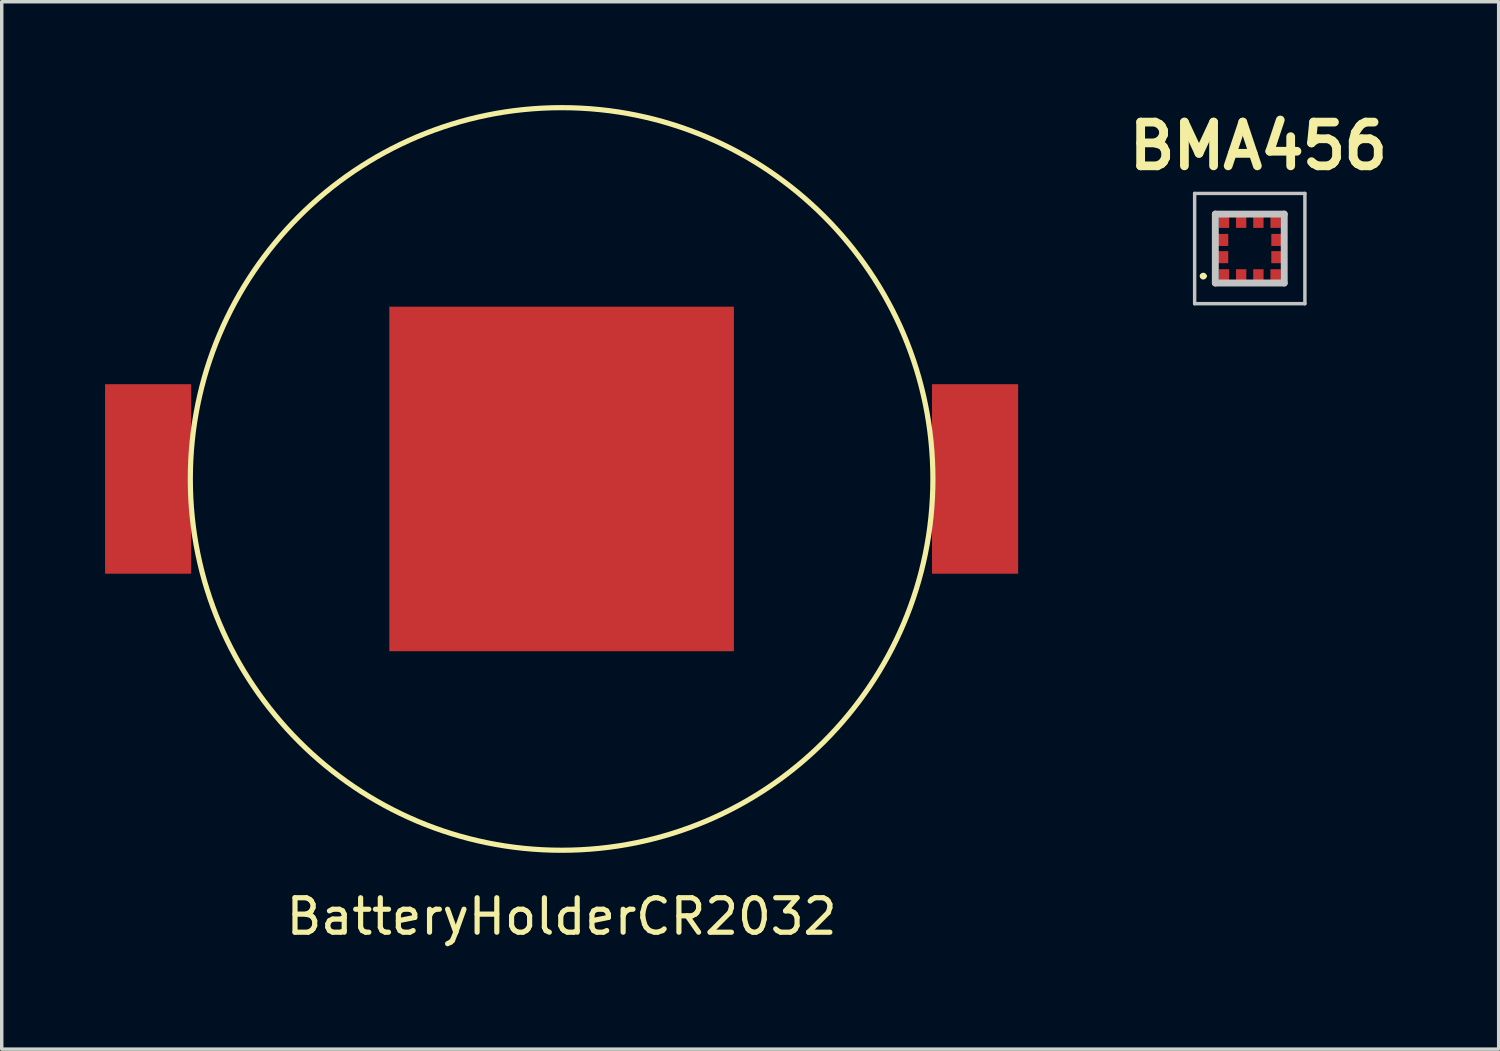
<source format=kicad_pcb>
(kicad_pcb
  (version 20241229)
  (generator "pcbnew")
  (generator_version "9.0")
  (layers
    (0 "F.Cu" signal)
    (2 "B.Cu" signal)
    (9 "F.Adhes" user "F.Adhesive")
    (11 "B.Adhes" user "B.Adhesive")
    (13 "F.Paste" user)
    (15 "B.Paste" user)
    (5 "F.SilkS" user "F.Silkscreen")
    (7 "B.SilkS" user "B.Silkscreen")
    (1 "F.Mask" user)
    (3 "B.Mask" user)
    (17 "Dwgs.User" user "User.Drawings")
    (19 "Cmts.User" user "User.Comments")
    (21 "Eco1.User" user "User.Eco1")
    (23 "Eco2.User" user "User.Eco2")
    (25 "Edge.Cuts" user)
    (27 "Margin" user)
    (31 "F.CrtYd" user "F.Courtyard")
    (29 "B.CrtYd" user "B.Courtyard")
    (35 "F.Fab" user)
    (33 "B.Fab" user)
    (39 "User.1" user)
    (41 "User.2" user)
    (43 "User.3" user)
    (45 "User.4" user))
  (footprint "BMA456"
    (layer "F.Cu")
    (at 33.223 4.164)
    (property "Reference" "BMA456" (at 0.25 -2.975 0) (layer "F.SilkS") (effects (font (size 1.27 1.27) (thickness 0.254))))
    (attr smd)
    (fp_line (start -1.4 0.8) (end -1.4 0.8) (stroke (width 0.1) (type solid)) (layer "F.SilkS"))
    (fp_line (start -1.3 0.8) (end -1.3 0.8) (stroke (width 0.1) (type solid)) (layer "F.SilkS"))
    (fp_arc (start -1.4 0.8) (mid -1.35 0.75) (end -1.3 0.8) (stroke (width 0.1) (type solid)) (layer "F.SilkS"))
    (fp_arc (start -1.3 0.8) (mid -1.35 0.85) (end -1.4 0.8) (stroke (width 0.1) (type solid)) (layer "F.SilkS"))
    (fp_line (start -1.6 -1.6) (end 1.6 -1.6) (stroke (width 0.1) (type solid)) (layer "Dwgs.User"))
    (fp_line (start -1.6 1.6) (end -1.6 -1.6) (stroke (width 0.1) (type solid)) (layer "Dwgs.User"))
    (fp_line (start -1 -1) (end 1 -1) (stroke (width 0.2) (type solid)) (layer "Dwgs.User"))
    (fp_line (start -1 1) (end -1 -1) (stroke (width 0.2) (type solid)) (layer "Dwgs.User"))
    (fp_line (start 1 -1) (end 1 1) (stroke (width 0.2) (type solid)) (layer "Dwgs.User"))
    (fp_line (start 1 1) (end -1 1) (stroke (width 0.2) (type solid)) (layer "Dwgs.User"))
    (fp_line (start 1.6 -1.6) (end 1.6 1.6) (stroke (width 0.1) (type solid)) (layer "Dwgs.User"))
    (fp_line (start 1.6 1.6) (end -1.6 1.6) (stroke (width 0.1) (type solid)) (layer "Dwgs.User"))
    (pad "1" smd rect (at -0.75 0.775) (size 0.3 0.35) (layers "F.Cu" "F.Mask" "F.Paste"))
    (pad "2" smd rect (at -0.25 0.775) (size 0.3 0.35) (layers "F.Cu" "F.Mask" "F.Paste"))
    (pad "3" smd rect (at 0.25 0.775) (size 0.3 0.35) (layers "F.Cu" "F.Mask" "F.Paste"))
    (pad "4" smd rect (at 0.75 0.775) (size 0.3 0.35) (layers "F.Cu" "F.Mask" "F.Paste"))
    (pad "5" smd rect (at 0.775 0.25) (size 0.3 0.35) (layers "F.Cu" "F.Mask" "F.Paste"))
    (pad "6" smd rect (at 0.775 -0.25) (size 0.3 0.35) (layers "F.Cu" "F.Mask" "F.Paste"))
    (pad "7" smd rect (at 0.75 -0.775) (size 0.3 0.35) (layers "F.Cu" "F.Mask" "F.Paste"))
    (pad "8" smd rect (at 0.25 -0.775) (size 0.3 0.35) (layers "F.Cu" "F.Mask" "F.Paste"))
    (pad "9" smd rect (at -0.25 -0.775) (size 0.3 0.35) (layers "F.Cu" "F.Mask" "F.Paste"))
    (pad "10" smd rect (at -0.75 -0.775) (size 0.3 0.35) (layers "F.Cu" "F.Mask" "F.Paste"))
    (pad "11" smd rect (at -0.775 -0.25) (size 0.3 0.35) (layers "F.Cu" "F.Mask" "F.Paste"))
    (pad "12" smd rect (at -0.775 0.25) (size 0.3 0.35) (layers "F.Cu" "F.Mask" "F.Paste")))
  (footprint "BatteryHolderCR2032"
    (layer "F.Cu")
    (at 13.25 10.851)
    (property "Reference" "BatteryHolderCR2032" (at 0 12.7 0) (layer "F.SilkS") (effects (font (size 1 1) (thickness 0.15))))
    (attr through_hole)
    (fp_circle (center 0 0) (end 7.62 -7.62) (stroke (width 0.15) (type solid)) (fill no) (layer "F.SilkS"))
    (pad "1" smd rect (at -12 0) (size 2.5 5.5) (layers "F.Cu" "F.Mask" "F.Paste"))
    (pad "1" smd rect (at 12 0) (size 2.5 5.5) (layers "F.Cu" "F.Mask" "F.Paste"))
    (pad "2" smd rect (at 0 0) (size 10 10) (layers "F.Cu" "F.Mask" "F.Paste")))
  (gr_rect
    (start -3 -3)
    (end 40.447 27.4)
    (stroke (width 0.1) (type default))
    (fill no)
    (layer "Edge.Cuts")))
</source>
